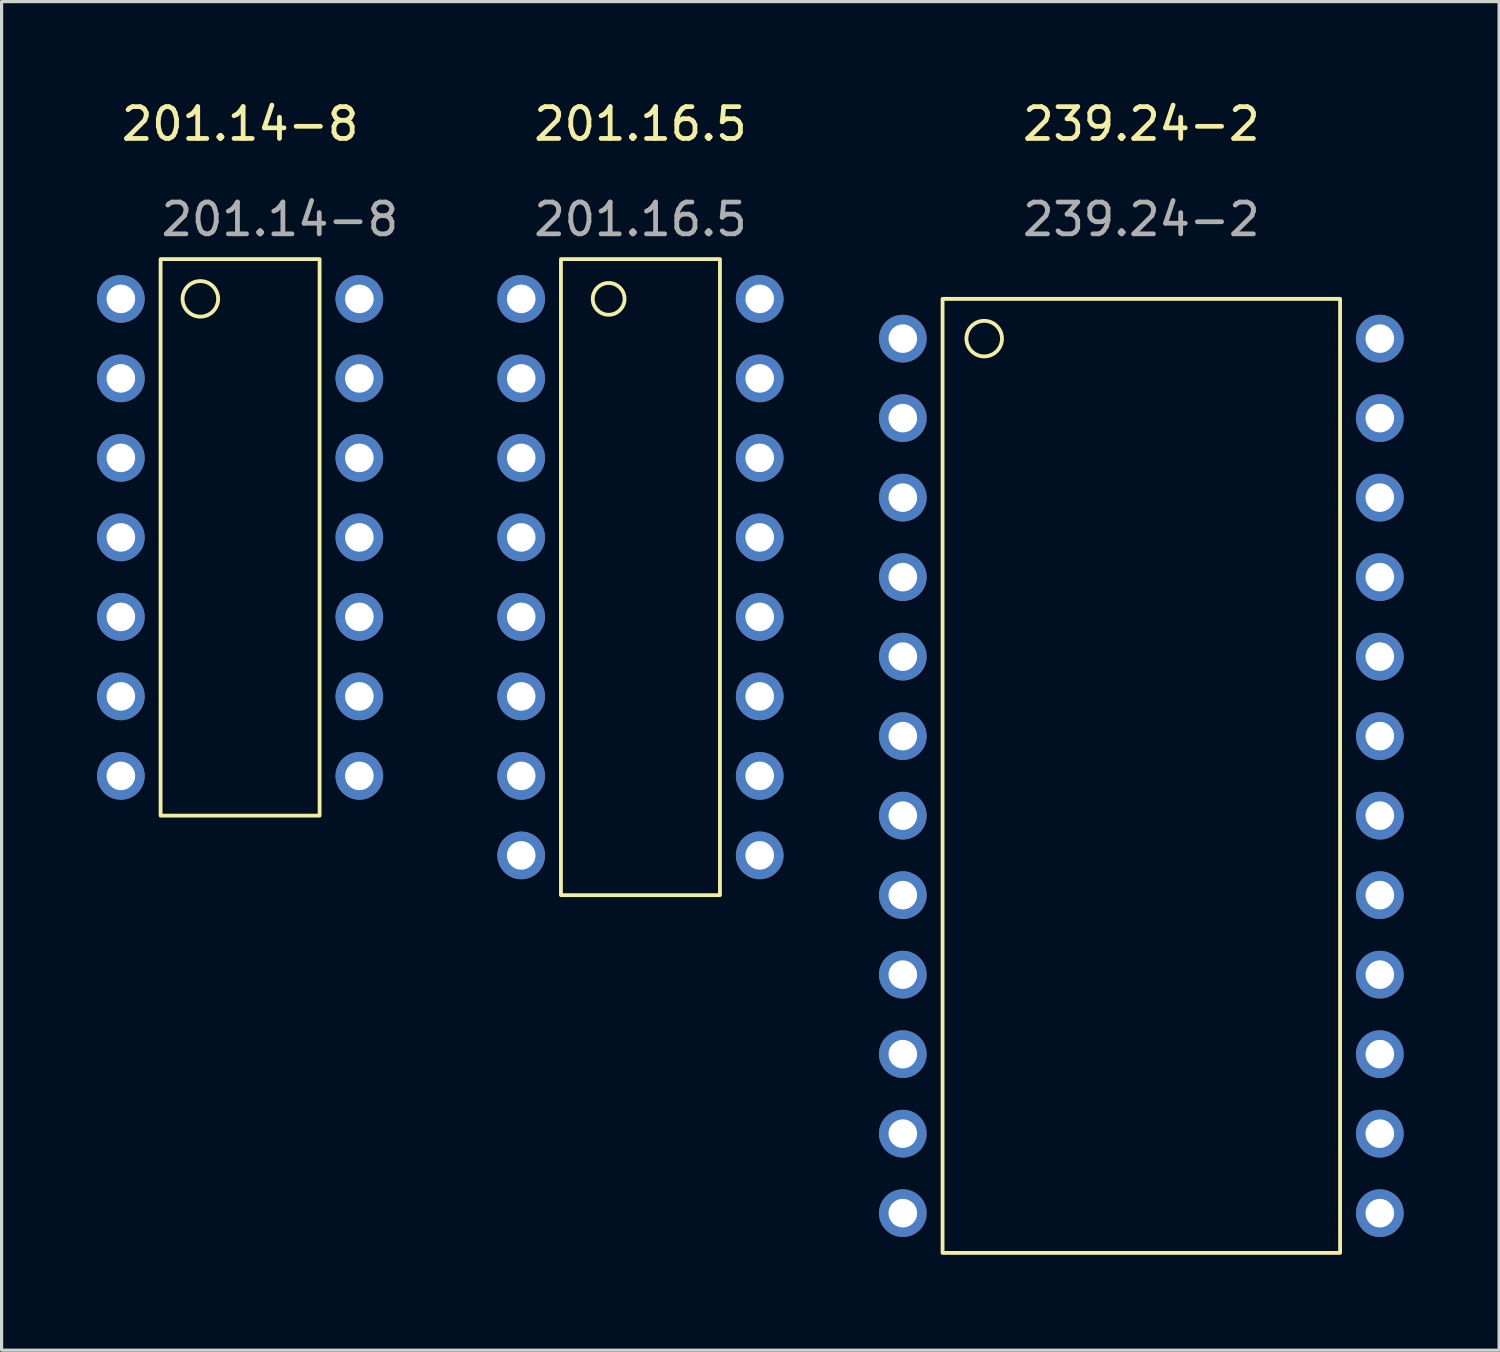
<source format=kicad_pcb>
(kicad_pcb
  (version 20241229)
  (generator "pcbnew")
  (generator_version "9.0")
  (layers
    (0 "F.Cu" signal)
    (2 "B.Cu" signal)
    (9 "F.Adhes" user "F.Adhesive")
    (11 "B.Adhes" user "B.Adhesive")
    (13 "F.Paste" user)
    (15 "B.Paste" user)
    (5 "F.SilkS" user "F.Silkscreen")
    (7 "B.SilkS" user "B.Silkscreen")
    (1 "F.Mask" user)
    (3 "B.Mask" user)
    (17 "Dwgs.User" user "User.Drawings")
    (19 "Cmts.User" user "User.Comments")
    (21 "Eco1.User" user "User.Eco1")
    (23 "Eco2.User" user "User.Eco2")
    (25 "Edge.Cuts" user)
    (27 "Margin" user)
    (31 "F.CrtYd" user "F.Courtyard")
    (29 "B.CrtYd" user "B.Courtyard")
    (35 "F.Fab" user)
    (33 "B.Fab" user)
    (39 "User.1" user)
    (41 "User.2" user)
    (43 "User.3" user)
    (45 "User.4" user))
  (footprint "239.24-2"
    (layer "F.Cu")
    (at 32.839 1.348)
    (property "Reference" "239.24-2" (at 0 -0.5 0) (unlocked yes) (layer "F.SilkS") (effects (font (size 1 1) (thickness 0.15))))
    (attr through_hole)
    (fp_rect (start -6.25 5) (end 6.25 35) (stroke (width 0.12) (type solid)) (fill no) (layer "F.SilkS"))
    (fp_circle (center -4.941 6.25) (end -4.691 6.75) (stroke (width 0.12) (type solid)) (fill no) (layer "F.SilkS"))
    (fp_text user "${REFERENCE}" (at 0 2.5 0) (unlocked yes) (layer "F.Fab") (effects (font (size 1 1) (thickness 0.15))))
    (pad "01" thru_hole circle (at -7.5 6.25) (size 1.5 1.5) (drill 0.9) (layers "*.Cu" "*.Mask"))
    (pad "02" thru_hole circle (at -7.5 8.75) (size 1.5 1.5) (drill 0.9) (layers "*.Cu" "*.Mask"))
    (pad "03" thru_hole circle (at -7.5 11.25) (size 1.5 1.5) (drill 0.9) (layers "*.Cu" "*.Mask"))
    (pad "04" thru_hole circle (at -7.5 13.75) (size 1.5 1.5) (drill 0.9) (layers "*.Cu" "*.Mask"))
    (pad "05" thru_hole circle (at -7.5 16.25) (size 1.5 1.5) (drill 0.9) (layers "*.Cu" "*.Mask"))
    (pad "06" thru_hole circle (at -7.5 18.75) (size 1.5 1.5) (drill 0.9) (layers "*.Cu" "*.Mask"))
    (pad "07" thru_hole circle (at -7.5 21.25) (size 1.5 1.5) (drill 0.9) (layers "*.Cu" "*.Mask"))
    (pad "08" thru_hole circle (at -7.5 23.75) (size 1.5 1.5) (drill 0.9) (layers "*.Cu" "*.Mask"))
    (pad "09" thru_hole circle (at -7.5 26.25) (size 1.5 1.5) (drill 0.9) (layers "*.Cu" "*.Mask"))
    (pad "10" thru_hole circle (at -7.5 28.75) (size 1.5 1.5) (drill 0.9) (layers "*.Cu" "*.Mask"))
    (pad "11" thru_hole circle (at -7.5 31.25) (size 1.5 1.5) (drill 0.9) (layers "*.Cu" "*.Mask"))
    (pad "12" thru_hole circle (at -7.5 33.75) (size 1.5 1.5) (drill 0.9) (layers "*.Cu" "*.Mask"))
    (pad "13" thru_hole circle (at 7.5 33.75) (size 1.5 1.5) (drill 0.9) (layers "*.Cu" "*.Mask"))
    (pad "14" thru_hole circle (at 7.5 31.25) (size 1.5 1.5) (drill 0.9) (layers "*.Cu" "*.Mask"))
    (pad "15" thru_hole circle (at 7.5 28.75) (size 1.5 1.5) (drill 0.9) (layers "*.Cu" "*.Mask"))
    (pad "16" thru_hole circle (at 7.5 26.25) (size 1.5 1.5) (drill 0.9) (layers "*.Cu" "*.Mask"))
    (pad "17" thru_hole circle (at 7.5 23.75) (size 1.5 1.5) (drill 0.9) (layers "*.Cu" "*.Mask"))
    (pad "18" thru_hole circle (at 7.5 21.25) (size 1.5 1.5) (drill 0.9) (layers "*.Cu" "*.Mask"))
    (pad "19" thru_hole circle (at 7.5 18.75) (size 1.5 1.5) (drill 0.9) (layers "*.Cu" "*.Mask"))
    (pad "20" thru_hole circle (at 7.5 16.25) (size 1.5 1.5) (drill 0.9) (layers "*.Cu" "*.Mask"))
    (pad "21" thru_hole circle (at 7.5 13.75) (size 1.5 1.5) (drill 0.9) (layers "*.Cu" "*.Mask"))
    (pad "22" thru_hole circle (at 7.5 11.25) (size 1.5 1.5) (drill 0.9) (layers "*.Cu" "*.Mask"))
    (pad "23" thru_hole circle (at 7.5 8.75) (size 1.5 1.5) (drill 0.9) (layers "*.Cu" "*.Mask"))
    (pad "24" thru_hole circle (at 7.5 6.25) (size 1.5 1.5) (drill 0.9) (layers "*.Cu" "*.Mask")))
  (footprint "201.16.5"
    (layer "F.Cu")
    (at 17.089 1.348)
    (property "Reference" "201.16.5" (at 0 -0.5 0) (unlocked yes) (layer "F.SilkS") (effects (font (size 1 1) (thickness 0.15))))
    (attr through_hole)
    (fp_rect (start -2.5 3.75) (end 2.5 23.75) (stroke (width 0.12) (type solid)) (fill no) (layer "F.SilkS"))
    (fp_circle (center -1 5) (end -1 5.5) (stroke (width 0.12) (type solid)) (fill no) (layer "F.SilkS"))
    (fp_text user "${REFERENCE}" (at 0 2.5 0) (unlocked yes) (layer "F.Fab") (effects (font (size 1 1) (thickness 0.15))))
    (pad "01" thru_hole circle (at -3.75 5) (size 1.5 1.5) (drill 0.9) (layers "*.Cu" "*.Mask"))
    (pad "02" thru_hole circle (at -3.75 7.5) (size 1.5 1.5) (drill 0.9) (layers "*.Cu" "*.Mask"))
    (pad "03" thru_hole circle (at -3.75 10) (size 1.5 1.5) (drill 0.9) (layers "*.Cu" "*.Mask"))
    (pad "04" thru_hole circle (at -3.75 12.5) (size 1.5 1.5) (drill 0.9) (layers "*.Cu" "*.Mask"))
    (pad "05" thru_hole circle (at -3.75 15) (size 1.5 1.5) (drill 0.9) (layers "*.Cu" "*.Mask"))
    (pad "06" thru_hole circle (at -3.75 17.5) (size 1.5 1.5) (drill 0.9) (layers "*.Cu" "*.Mask"))
    (pad "07" thru_hole circle (at -3.75 20) (size 1.5 1.5) (drill 0.9) (layers "*.Cu" "*.Mask"))
    (pad "08" thru_hole circle (at -3.75 22.5) (size 1.5 1.5) (drill 0.9) (layers "*.Cu" "*.Mask"))
    (pad "09" thru_hole circle (at 3.75 22.5) (size 1.5 1.5) (drill 0.9) (layers "*.Cu" "*.Mask"))
    (pad "10" thru_hole circle (at 3.75 20) (size 1.5 1.5) (drill 0.9) (layers "*.Cu" "*.Mask"))
    (pad "11" thru_hole circle (at 3.75 17.5) (size 1.5 1.5) (drill 0.9) (layers "*.Cu" "*.Mask"))
    (pad "12" thru_hole circle (at 3.75 15) (size 1.5 1.5) (drill 0.9) (layers "*.Cu" "*.Mask"))
    (pad "13" thru_hole circle (at 3.75 12.5) (size 1.5 1.5) (drill 0.9) (layers "*.Cu" "*.Mask"))
    (pad "14" thru_hole circle (at 3.75 10) (size 1.5 1.5) (drill 0.9) (layers "*.Cu" "*.Mask"))
    (pad "15" thru_hole circle (at 3.75 7.5) (size 1.5 1.5) (drill 0.9) (layers "*.Cu" "*.Mask"))
    (pad "16" thru_hole circle (at 3.75 5) (size 1.5 1.5) (drill 0.9) (layers "*.Cu" "*.Mask")))
  (footprint "201.14-8"
    (layer "F.Cu")
    (at 4.5 1.348)
    (property "Reference" "201.14-8" (at 0 -0.5 0) (unlocked yes) (layer "F.SilkS") (effects (font (size 1 1) (thickness 0.15))))
    (attr through_hole)
    (fp_rect (start -2.5 3.75) (end 2.5 21.25) (stroke (width 0.12) (type solid)) (fill no) (layer "F.SilkS"))
    (fp_circle (center -1.25 5) (end -0.75 5.25) (stroke (width 0.12) (type solid)) (fill no) (layer "F.SilkS"))
    (fp_text user "${REFERENCE}" (at 1.25 2.5 0) (unlocked yes) (layer "F.Fab") (effects (font (size 1 1) (thickness 0.15))))
    (pad "01" thru_hole circle (at -3.75 5) (size 1.5 1.5) (drill 0.9) (layers "*.Cu" "*.Mask"))
    (pad "02" thru_hole circle (at -3.75 7.5) (size 1.5 1.5) (drill 0.9) (layers "*.Cu" "*.Mask"))
    (pad "03" thru_hole circle (at -3.75 10) (size 1.5 1.5) (drill 0.9) (layers "*.Cu" "*.Mask"))
    (pad "04" thru_hole circle (at -3.75 12.5) (size 1.5 1.5) (drill 0.9) (layers "*.Cu" "*.Mask"))
    (pad "05" thru_hole circle (at -3.75 15) (size 1.5 1.5) (drill 0.9) (layers "*.Cu" "*.Mask"))
    (pad "06" thru_hole circle (at -3.75 17.5) (size 1.5 1.5) (drill 0.9) (layers "*.Cu" "*.Mask"))
    (pad "07" thru_hole circle (at -3.75 20) (size 1.5 1.5) (drill 0.9) (layers "*.Cu" "*.Mask"))
    (pad "08" thru_hole circle (at 3.75 20) (size 1.5 1.5) (drill 0.9) (layers "*.Cu" "*.Mask"))
    (pad "09" thru_hole circle (at 3.75 17.5) (size 1.5 1.5) (drill 0.9) (layers "*.Cu" "*.Mask"))
    (pad "10" thru_hole circle (at 3.75 15) (size 1.5 1.5) (drill 0.9) (layers "*.Cu" "*.Mask"))
    (pad "11" thru_hole circle (at 3.75 12.5) (size 1.5 1.5) (drill 0.9) (layers "*.Cu" "*.Mask"))
    (pad "12" thru_hole circle (at 3.75 10) (size 1.5 1.5) (drill 0.9) (layers "*.Cu" "*.Mask"))
    (pad "13" thru_hole circle (at 3.75 7.5) (size 1.5 1.5) (drill 0.9) (layers "*.Cu" "*.Mask"))
    (pad "14" thru_hole circle (at 3.75 5) (size 1.5 1.5) (drill 0.9) (layers "*.Cu" "*.Mask")))
  (gr_rect
    (start -3 -3)
    (end 44.089 39.408)
    (stroke (width 0.1) (type default))
    (fill no)
    (layer "Edge.Cuts")))
</source>
